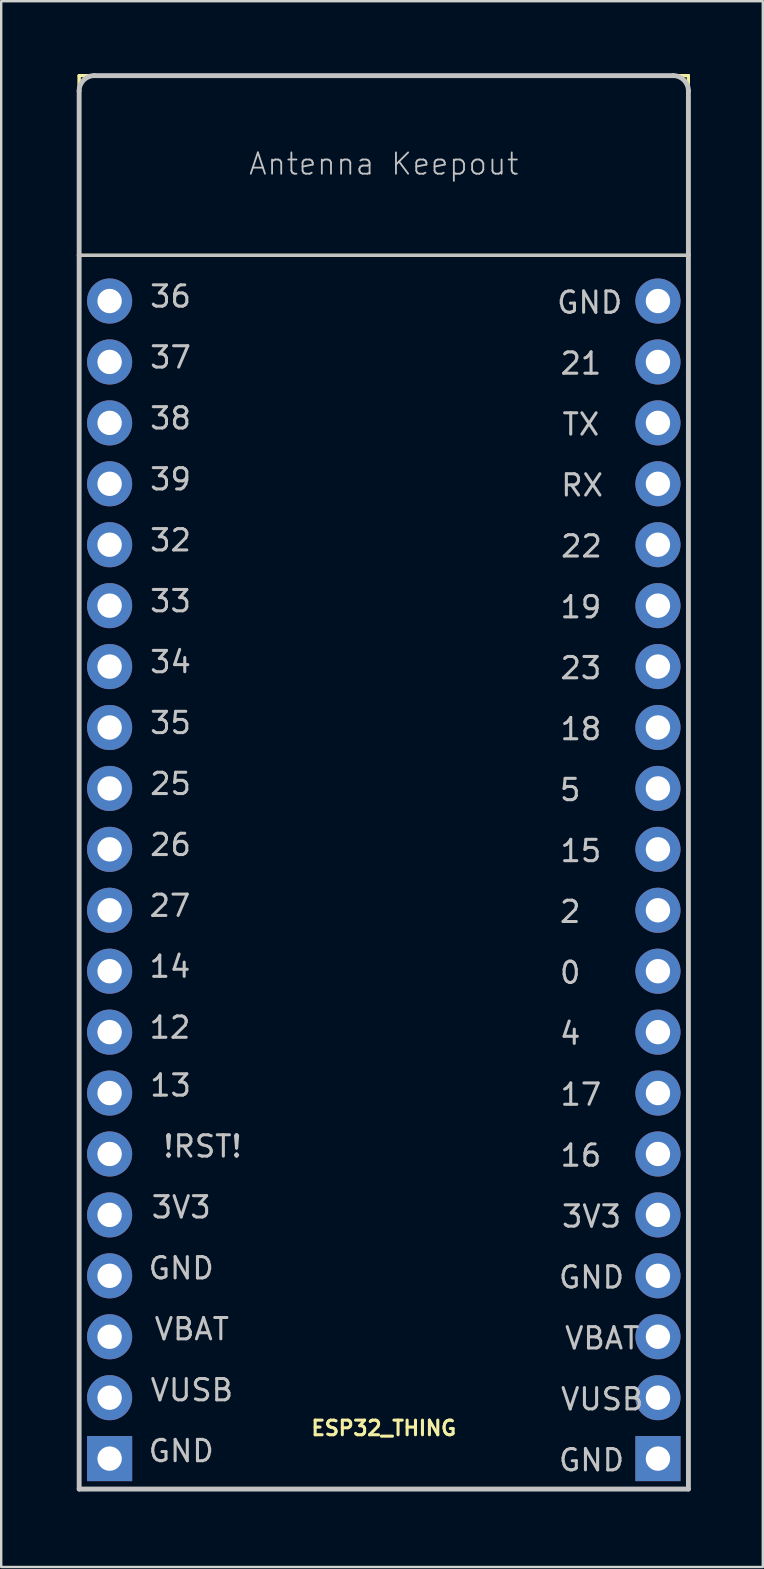
<source format=kicad_pcb>
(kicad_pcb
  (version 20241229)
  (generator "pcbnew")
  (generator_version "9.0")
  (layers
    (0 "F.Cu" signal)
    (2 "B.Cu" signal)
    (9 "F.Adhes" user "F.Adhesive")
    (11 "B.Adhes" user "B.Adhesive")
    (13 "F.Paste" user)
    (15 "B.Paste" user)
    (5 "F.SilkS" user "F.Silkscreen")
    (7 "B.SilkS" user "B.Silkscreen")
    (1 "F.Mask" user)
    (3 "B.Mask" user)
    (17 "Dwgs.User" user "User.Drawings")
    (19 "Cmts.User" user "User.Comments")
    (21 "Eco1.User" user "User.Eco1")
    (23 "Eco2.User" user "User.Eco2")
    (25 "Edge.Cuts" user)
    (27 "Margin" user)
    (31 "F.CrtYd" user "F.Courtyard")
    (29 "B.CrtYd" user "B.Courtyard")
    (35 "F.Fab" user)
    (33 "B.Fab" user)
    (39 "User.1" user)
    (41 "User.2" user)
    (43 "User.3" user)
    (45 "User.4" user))
  (footprint "ESP32_THING"
    (layer "F.Cu")
    (at 0.25 59.03)
    (property "Reference" "ESP32_THING" (at 12.7 -2.54 0) (layer "F.SilkS") (effects (font (size 0.61 0.61) (thickness 0.127))))
    (attr exclude_from_pos_files exclude_from_bom)
    (fp_line (start 0 -58.928) (end 0 -51.435) (stroke (width 0.127) (type solid)) (layer "F.SilkS"))
    (fp_line (start 0 -58.928) (end 0 -51.435) (stroke (width 0.127) (type solid)) (layer "F.SilkS"))
    (fp_line (start 0 -51.435) (end 25.4 -51.435) (stroke (width 0.127) (type solid)) (layer "F.SilkS"))
    (fp_line (start 0 -51.435) (end 25.4 -51.435) (stroke (width 0.127) (type solid)) (layer "F.SilkS"))
    (fp_line (start 25.4 -58.928) (end 0 -58.928) (stroke (width 0.127) (type solid)) (layer "F.SilkS"))
    (fp_line (start 25.4 -58.928) (end 0 -58.928) (stroke (width 0.127) (type solid)) (layer "F.SilkS"))
    (fp_line (start 25.4 -51.435) (end 25.4 -58.928) (stroke (width 0.127) (type solid)) (layer "F.SilkS"))
    (fp_line (start 25.4 -51.435) (end 25.4 -58.928) (stroke (width 0.127) (type solid)) (layer "F.SilkS"))
    (fp_line (start 0 -51.435) (end 0 -58.293) (stroke (width 0.203) (type solid)) (layer "Dwgs.User"))
    (fp_line (start 0 -51.435) (end 25.4 -51.435) (stroke (width 0.127) (type solid)) (layer "Dwgs.User"))
    (fp_line (start 0 0) (end 0 -51.435) (stroke (width 0.203) (type solid)) (layer "Dwgs.User"))
    (fp_line (start 0.635 -58.928) (end 24.765 -58.928) (stroke (width 0.203) (type solid)) (layer "Dwgs.User"))
    (fp_line (start 25.4 -58.293) (end 25.4 -51.435) (stroke (width 0.203) (type solid)) (layer "Dwgs.User"))
    (fp_line (start 25.4 -51.435) (end 25.4 0) (stroke (width 0.203) (type solid)) (layer "Dwgs.User"))
    (fp_line (start 25.4 0) (end 0 0) (stroke (width 0.203) (type solid)) (layer "Dwgs.User"))
    (fp_arc (start 0 -58.293) (mid 0.185987 -58.742013) (end 0.635 -58.928) (stroke (width 0.2032) (type solid)) (layer "Dwgs.User"))
    (fp_arc (start 24.765 -58.928) (mid 25.214013 -58.742013) (end 25.4 -58.293) (stroke (width 0.2032) (type solid)) (layer "Dwgs.User"))
    (fp_text user "23" (at 20.917 -34.227 0) (layer "Dwgs.User") (effects (font (size 0.889 0.889) (thickness 0.127))))
    (fp_text user "18" (at 20.917 -31.686 0) (layer "Dwgs.User") (effects (font (size 0.889 0.889) (thickness 0.127))))
    (fp_text user "38" (at 3.81 -44.641 0) (layer "Dwgs.User") (effects (font (size 0.889 0.889) (thickness 0.127))))
    (fp_text user "TX" (at 20.917 -44.386 0) (layer "Dwgs.User") (effects (font (size 0.889 0.889) (thickness 0.127))))
    (fp_text user "GND" (at 4.255 -1.587 0) (layer "Dwgs.User") (effects (font (size 0.889 0.889) (thickness 0.127))))
    (fp_text user "4" (at 20.472 -18.986 0) (layer "Dwgs.User") (effects (font (size 0.889 0.889) (thickness 0.127))))
    (fp_text user "VBAT" (at 4.699 -6.668 0) (layer "Dwgs.User") (effects (font (size 0.889 0.889) (thickness 0.127))))
    (fp_text user "14" (at 3.785 -21.78 0) (layer "Dwgs.User") (effects (font (size 0.889 0.889) (thickness 0.127))))
    (fp_text user "26" (at 3.81 -26.858 0) (layer "Dwgs.User") (effects (font (size 0.889 0.889) (thickness 0.127))))
    (fp_text user "VUSB" (at 4.699 -4.125 0) (layer "Dwgs.User") (effects (font (size 0.889 0.889) (thickness 0.127))))
    (fp_text user "17" (at 20.917 -16.447 0) (layer "Dwgs.User") (effects (font (size 0.889 0.889) (thickness 0.127))))
    (fp_text user "35" (at 3.81 -31.941 0) (layer "Dwgs.User") (effects (font (size 0.889 0.889) (thickness 0.127))))
    (fp_text user "5" (at 20.472 -29.146 0) (layer "Dwgs.User") (effects (font (size 0.889 0.889) (thickness 0.127))))
    (fp_text user "VBAT" (at 21.806 -6.287 0) (layer "Dwgs.User") (effects (font (size 0.889 0.889) (thickness 0.127))))
    (fp_text user "13" (at 3.81 -16.828 0) (layer "Dwgs.User") (effects (font (size 0.889 0.889) (thickness 0.127))))
    (fp_text user "RX" (at 20.968 -41.846 0) (layer "Dwgs.User") (effects (font (size 0.889 0.889) (thickness 0.127))))
    (fp_text user "27" (at 3.785 -24.32 0) (layer "Dwgs.User") (effects (font (size 0.889 0.889) (thickness 0.127))))
    (fp_text user "GND" (at 21.285 -49.467 0) (layer "Dwgs.User") (effects (font (size 0.889 0.889) (thickness 0.127))))
    (fp_text user "0" (at 20.472 -21.526 0) (layer "Dwgs.User") (effects (font (size 0.889 0.889) (thickness 0.127))))
    (fp_text user "19" (at 20.917 -36.767 0) (layer "Dwgs.User") (effects (font (size 0.889 0.889) (thickness 0.127))))
    (fp_text user "32" (at 3.81 -39.558 0) (layer "Dwgs.User") (effects (font (size 0.889 0.889) (thickness 0.127))))
    (fp_text user "GND" (at 21.361 -8.826 0) (layer "Dwgs.User") (effects (font (size 0.889 0.889) (thickness 0.127))))
    (fp_text user "34" (at 3.81 -34.48 0) (layer "Dwgs.User") (effects (font (size 0.889 0.889) (thickness 0.127))))
    (fp_text user "21" (at 20.917 -46.926 0) (layer "Dwgs.User") (effects (font (size 0.889 0.889) (thickness 0.127))))
    (fp_text user "3V3" (at 21.361 -11.367 0) (layer "Dwgs.User") (effects (font (size 0.889 0.889) (thickness 0.127))))
    (fp_text user "39" (at 3.81 -42.1 0) (layer "Dwgs.User") (effects (font (size 0.889 0.889) (thickness 0.127))))
    (fp_text user "33" (at 3.81 -37.02 0) (layer "Dwgs.User") (effects (font (size 0.889 0.889) (thickness 0.127))))
    (fp_text user "GND" (at 21.361 -1.206 0) (layer "Dwgs.User") (effects (font (size 0.889 0.889) (thickness 0.127))))
    (fp_text user "3V3" (at 4.255 -11.748 0) (layer "Dwgs.User") (effects (font (size 0.889 0.889) (thickness 0.127))))
    (fp_text user "2" (at 20.472 -24.067 0) (layer "Dwgs.User") (effects (font (size 0.889 0.889) (thickness 0.127))))
    (fp_text user "VUSB" (at 21.806 -3.747 0) (layer "Dwgs.User") (effects (font (size 0.889 0.889) (thickness 0.127))))
    (fp_text user "16" (at 20.917 -13.906 0) (layer "Dwgs.User") (effects (font (size 0.889 0.889) (thickness 0.127))))
    (fp_text user "25" (at 3.81 -29.401 0) (layer "Dwgs.User") (effects (font (size 0.889 0.889) (thickness 0.127))))
    (fp_text user "GND" (at 4.255 -9.207 0) (layer "Dwgs.User") (effects (font (size 0.889 0.889) (thickness 0.127))))
    (fp_text user "37" (at 3.81 -47.181 0) (layer "Dwgs.User") (effects (font (size 0.889 0.889) (thickness 0.127))))
    (fp_text user "36" (at 3.81 -49.721 0) (layer "Dwgs.User") (effects (font (size 0.889 0.889) (thickness 0.127))))
    (fp_text user "22" (at 20.942 -39.304 0) (layer "Dwgs.User") (effects (font (size 0.889 0.889) (thickness 0.127))))
    (fp_text user "12" (at 3.785 -19.241 0) (layer "Dwgs.User") (effects (font (size 0.889 0.889) (thickness 0.127))))
    (fp_text user "!RST!" (at 5.144 -14.287 0) (layer "Dwgs.User") (effects (font (size 0.889 0.889) (thickness 0.127))))
    (fp_text user "15" (at 20.917 -26.604 0) (layer "Dwgs.User") (effects (font (size 0.889 0.889) (thickness 0.127))))
    (fp_text user "Antenna Keepout" (at 12.7 -55.245 0) (layer "Dwgs.User") (effects (font (size 0.889 0.889) (thickness 0.076))))
    (pad "1" thru_hole rect (at 1.27 -1.27) (size 1.88 1.88) (drill 1.016) (layers "*.Cu" "*.Paste" "*.Mask"))
    (pad "2" thru_hole circle (at 1.27 -3.81) (size 1.88 1.88) (drill 1.016) (layers "*.Cu" "*.Paste" "*.Mask"))
    (pad "3" thru_hole circle (at 1.27 -6.35) (size 1.88 1.88) (drill 1.016) (layers "*.Cu" "*.Paste" "*.Mask"))
    (pad "4" thru_hole circle (at 1.27 -8.89) (size 1.88 1.88) (drill 1.016) (layers "*.Cu" "*.Paste" "*.Mask"))
    (pad "5" thru_hole circle (at 1.27 -11.43) (size 1.88 1.88) (drill 1.016) (layers "*.Cu" "*.Paste" "*.Mask"))
    (pad "6" thru_hole circle (at 1.27 -13.97) (size 1.88 1.88) (drill 1.016) (layers "*.Cu" "*.Paste" "*.Mask"))
    (pad "7" thru_hole circle (at 1.27 -16.51) (size 1.88 1.88) (drill 1.016) (layers "*.Cu" "*.Paste" "*.Mask"))
    (pad "8" thru_hole circle (at 1.27 -19.05) (size 1.88 1.88) (drill 1.016) (layers "*.Cu" "*.Paste" "*.Mask"))
    (pad "9" thru_hole circle (at 1.27 -21.59) (size 1.88 1.88) (drill 1.016) (layers "*.Cu" "*.Paste" "*.Mask"))
    (pad "10" thru_hole circle (at 1.27 -24.13) (size 1.88 1.88) (drill 1.016) (layers "*.Cu" "*.Paste" "*.Mask"))
    (pad "11" thru_hole circle (at 1.27 -26.67) (size 1.88 1.88) (drill 1.016) (layers "*.Cu" "*.Paste" "*.Mask"))
    (pad "12" thru_hole circle (at 1.27 -29.21) (size 1.88 1.88) (drill 1.016) (layers "*.Cu" "*.Paste" "*.Mask"))
    (pad "13" thru_hole circle (at 1.27 -31.75) (size 1.88 1.88) (drill 1.016) (layers "*.Cu" "*.Paste" "*.Mask"))
    (pad "14" thru_hole circle (at 1.27 -34.29) (size 1.88 1.88) (drill 1.016) (layers "*.Cu" "*.Paste" "*.Mask"))
    (pad "15" thru_hole circle (at 1.27 -36.83) (size 1.88 1.88) (drill 1.016) (layers "*.Cu" "*.Paste" "*.Mask"))
    (pad "16" thru_hole circle (at 1.27 -39.37) (size 1.88 1.88) (drill 1.016) (layers "*.Cu" "*.Paste" "*.Mask"))
    (pad "17" thru_hole circle (at 1.27 -41.91) (size 1.88 1.88) (drill 1.016) (layers "*.Cu" "*.Paste" "*.Mask"))
    (pad "18" thru_hole circle (at 1.27 -44.45) (size 1.88 1.88) (drill 1.016) (layers "*.Cu" "*.Paste" "*.Mask"))
    (pad "19" thru_hole circle (at 1.27 -46.99) (size 1.88 1.88) (drill 1.016) (layers "*.Cu" "*.Paste" "*.Mask"))
    (pad "20" thru_hole circle (at 1.27 -49.53) (size 1.88 1.88) (drill 1.016) (layers "*.Cu" "*.Paste" "*.Mask"))
    (pad "21" thru_hole circle (at 24.13 -49.53) (size 1.88 1.88) (drill 1.016) (layers "*.Cu" "*.Paste" "*.Mask"))
    (pad "22" thru_hole circle (at 24.13 -46.99) (size 1.88 1.88) (drill 1.016) (layers "*.Cu" "*.Paste" "*.Mask"))
    (pad "23" thru_hole circle (at 24.13 -44.45) (size 1.88 1.88) (drill 1.016) (layers "*.Cu" "*.Paste" "*.Mask"))
    (pad "24" thru_hole circle (at 24.13 -41.91) (size 1.88 1.88) (drill 1.016) (layers "*.Cu" "*.Paste" "*.Mask"))
    (pad "25" thru_hole circle (at 24.13 -39.37) (size 1.88 1.88) (drill 1.016) (layers "*.Cu" "*.Paste" "*.Mask"))
    (pad "26" thru_hole circle (at 24.13 -36.83) (size 1.88 1.88) (drill 1.016) (layers "*.Cu" "*.Paste" "*.Mask"))
    (pad "27" thru_hole circle (at 24.13 -34.29) (size 1.88 1.88) (drill 1.016) (layers "*.Cu" "*.Paste" "*.Mask"))
    (pad "28" thru_hole circle (at 24.13 -31.75) (size 1.88 1.88) (drill 1.016) (layers "*.Cu" "*.Paste" "*.Mask"))
    (pad "29" thru_hole circle (at 24.13 -29.21) (size 1.88 1.88) (drill 1.016) (layers "*.Cu" "*.Paste" "*.Mask"))
    (pad "30" thru_hole circle (at 24.13 -26.67) (size 1.88 1.88) (drill 1.016) (layers "*.Cu" "*.Paste" "*.Mask"))
    (pad "31" thru_hole circle (at 24.13 -24.13) (size 1.88 1.88) (drill 1.016) (layers "*.Cu" "*.Paste" "*.Mask"))
    (pad "32" thru_hole circle (at 24.13 -21.59) (size 1.88 1.88) (drill 1.016) (layers "*.Cu" "*.Paste" "*.Mask"))
    (pad "33" thru_hole circle (at 24.13 -19.05) (size 1.88 1.88) (drill 1.016) (layers "*.Cu" "*.Paste" "*.Mask"))
    (pad "34" thru_hole circle (at 24.13 -16.51) (size 1.88 1.88) (drill 1.016) (layers "*.Cu" "*.Paste" "*.Mask"))
    (pad "35" thru_hole circle (at 24.13 -13.97) (size 1.88 1.88) (drill 1.016) (layers "*.Cu" "*.Paste" "*.Mask"))
    (pad "36" thru_hole circle (at 24.13 -11.43) (size 1.88 1.88) (drill 1.016) (layers "*.Cu" "*.Paste" "*.Mask"))
    (pad "37" thru_hole circle (at 24.13 -8.89) (size 1.88 1.88) (drill 1.016) (layers "*.Cu" "*.Paste" "*.Mask"))
    (pad "38" thru_hole circle (at 24.13 -6.35) (size 1.88 1.88) (drill 1.016) (layers "*.Cu" "*.Paste" "*.Mask"))
    (pad "39" thru_hole circle (at 24.13 -3.81) (size 1.88 1.88) (drill 1.016) (layers "*.Cu" "*.Paste" "*.Mask"))
    (pad "40" thru_hole rect (at 24.13 -1.27) (size 1.88 1.88) (drill 1.016) (layers "*.Cu" "*.Paste" "*.Mask")))
  (gr_rect
    (start -3 -3)
    (end 28.752 62.28)
    (stroke (width 0.1) (type default))
    (fill no)
    (layer "Edge.Cuts")))
</source>
